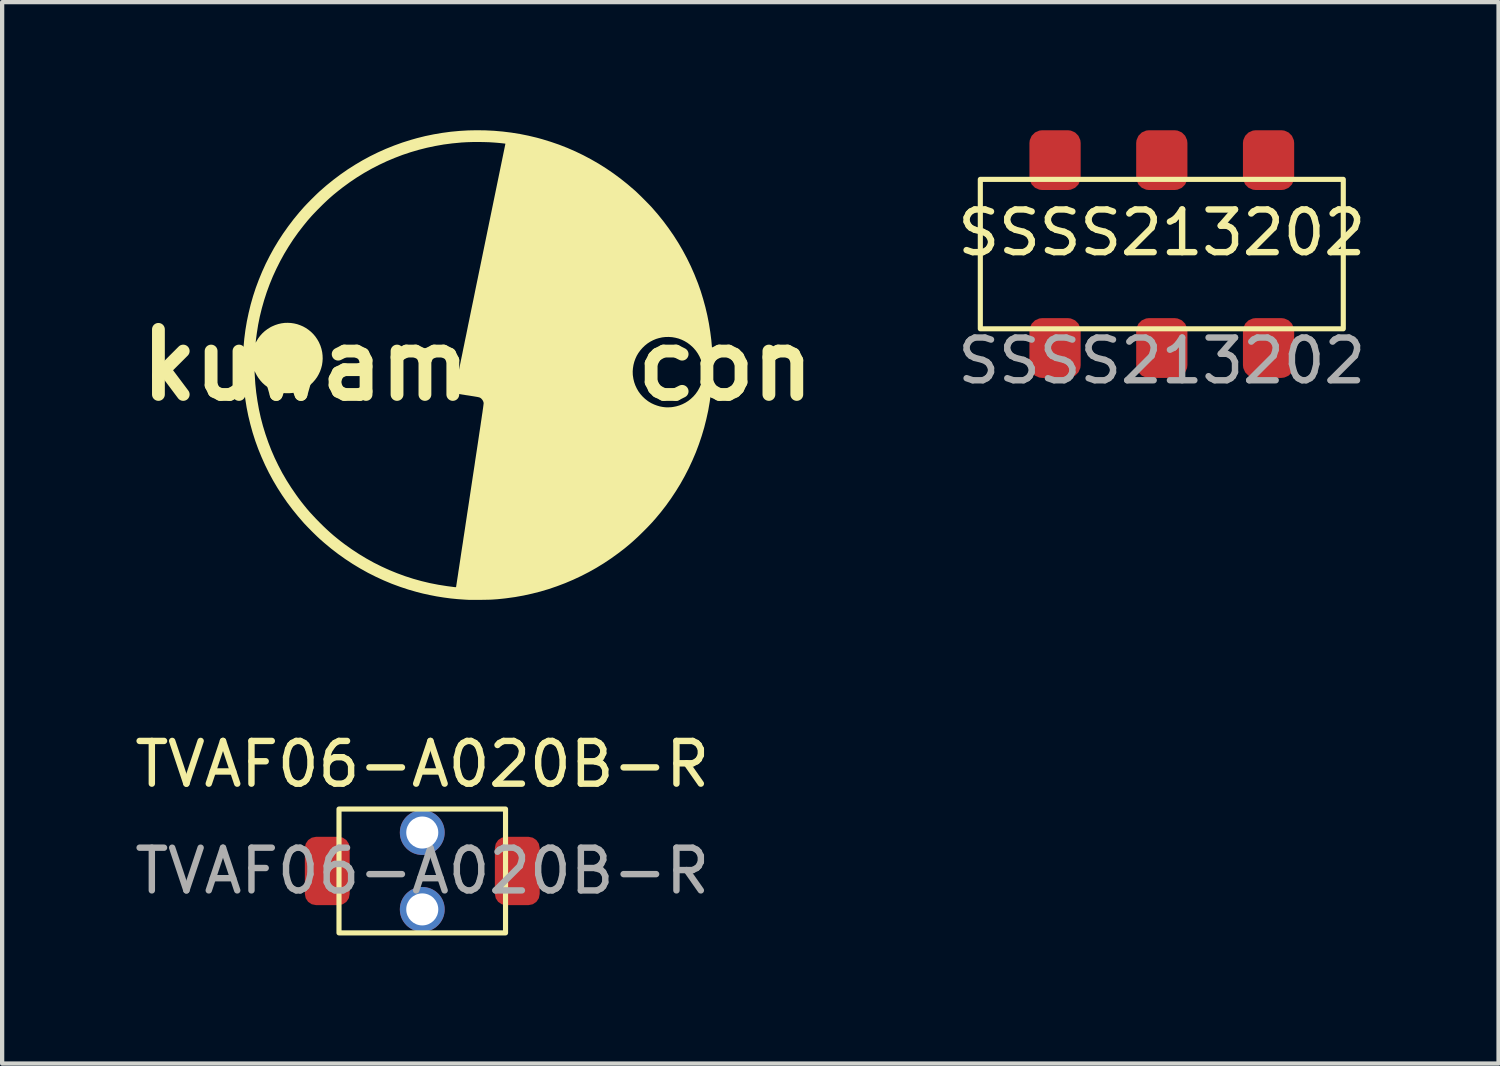
<source format=kicad_pcb>
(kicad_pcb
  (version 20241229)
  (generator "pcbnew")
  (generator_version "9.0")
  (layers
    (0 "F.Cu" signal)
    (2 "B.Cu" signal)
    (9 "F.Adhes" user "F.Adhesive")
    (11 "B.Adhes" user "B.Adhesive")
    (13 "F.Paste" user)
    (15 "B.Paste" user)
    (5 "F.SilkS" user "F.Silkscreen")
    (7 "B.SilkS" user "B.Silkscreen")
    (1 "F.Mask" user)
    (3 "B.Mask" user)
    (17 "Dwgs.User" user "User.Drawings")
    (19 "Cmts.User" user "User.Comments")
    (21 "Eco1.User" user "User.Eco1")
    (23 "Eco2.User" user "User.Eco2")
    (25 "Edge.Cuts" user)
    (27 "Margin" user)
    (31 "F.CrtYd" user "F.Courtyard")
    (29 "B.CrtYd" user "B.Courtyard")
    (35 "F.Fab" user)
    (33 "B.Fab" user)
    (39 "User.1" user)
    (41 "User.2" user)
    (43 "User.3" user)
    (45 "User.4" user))
  (footprint "TVAF06-A020B-R"
    (layer "F.Cu")
    (at 6.839 17.347)
    (property "Reference" "TVAF06-A020B-R" (at 0 -2.5 0) (unlocked yes) (layer "F.SilkS") (effects (font (size 1 1) (thickness 0.15))))
    (attr smd)
    (fp_rect (start -1.95 -1.45) (end 1.95 1.45) (stroke (width 0.12) (type solid)) (fill no) (layer "F.SilkS"))
    (fp_text user "${REFERENCE}" (at 0 0 0) (unlocked yes) (layer "F.Fab") (effects (font (size 1 1) (thickness 0.15))))
    (pad "" thru_hole circle (at 0 -0.9) (size 1.05 1.05) (drill 0.75) (layers "*.Cu" "*.Mask"))
    (pad "" thru_hole circle (at 0 0.9) (size 1.05 1.05) (drill 0.75) (layers "*.Cu" "*.Mask"))
    (pad "1" smd roundrect (at -2.225 0) (size 1.05 1.6) (layers "F.Cu" "F.Mask" "F.Paste") (roundrect_rratio 0.25))
    (pad "2" smd roundrect (at 2.225 0) (size 1.05 1.6) (layers "F.Cu" "F.Mask" "F.Paste") (roundrect_rratio 0.25)))
  (footprint "SSSS213202"
    (layer "F.Cu")
    (at 24.158 2.9)
    (property "Reference" "SSSS213202" (at 0 -0.5 0) (unlocked yes) (layer "F.SilkS") (effects (font (size 1 1) (thickness 0.15))))
    (attr smd)
    (fp_rect (start -4.25 -1.75) (end 4.25 1.75) (stroke (width 0.12) (type solid)) (fill no) (layer "F.SilkS"))
    (fp_text user "${REFERENCE}" (at 0 2.5 0) (unlocked yes) (layer "F.Fab") (effects (font (size 1 1) (thickness 0.15))))
    (pad "1" smd roundrect (at -2.5 -2.2) (size 1.2 1.4) (layers "F.Cu" "F.Mask" "F.Paste") (roundrect_rratio 0.25))
    (pad "1" smd roundrect (at -2.5 2.2) (size 1.2 1.4) (layers "F.Cu" "F.Mask" "F.Paste") (roundrect_rratio 0.25))
    (pad "2" smd roundrect (at 0 -2.2) (size 1.2 1.4) (layers "F.Cu" "F.Mask" "F.Paste") (roundrect_rratio 0.25))
    (pad "2" smd roundrect (at 0 2.2) (size 1.2 1.4) (layers "F.Cu" "F.Mask" "F.Paste") (roundrect_rratio 0.25))
    (pad "3" smd roundrect (at 2.5 -2.2) (size 1.2 1.4) (layers "F.Cu" "F.Mask" "F.Paste") (roundrect_rratio 0.25))
    (pad "3" smd roundrect (at 2.5 2.2) (size 1.2 1.4) (layers "F.Cu" "F.Mask" "F.Paste") (roundrect_rratio 0.25)))
  (footprint "kuwamai_icon"
    (layer "F.Cu")
    (at 8.135 5.498)
    (property "Reference" "kuwamai_icon" (at 0 0 0) (layer "F.SilkS") (effects (font (size 1.524 1.524) (thickness 0.3))))
    (attr board_only exclude_from_pos_files exclude_from_bom)
    (fp_poly (pts (xy 0.186 -5.495) (xy 0.389 -5.485) (xy 0.591 -5.467) (xy 0.793 -5.442) (xy 0.993 -5.41) (xy 1.191 -5.37) (xy 1.388 -5.323) (xy 1.515 -5.288) (xy 1.713 -5.227) (xy 1.908 -5.16) (xy 2.1 -5.085) (xy 2.288 -5.003) (xy 2.473 -4.914) (xy 2.654 -4.818) (xy 2.832 -4.716) (xy 3.007 -4.606) (xy 3.177 -4.49) (xy 3.345 -4.366) (xy 3.508 -4.236) (xy 3.668 -4.099) (xy 3.698 -4.073) (xy 3.716 -4.056) (xy 3.739 -4.034) (xy 3.766 -4.008) (xy 3.796 -3.979) (xy 3.828 -3.948) (xy 3.861 -3.915) (xy 3.895 -3.881) (xy 3.929 -3.847) (xy 3.961 -3.814) (xy 3.992 -3.783) (xy 4.02 -3.754) (xy 4.045 -3.728) (xy 4.065 -3.707) (xy 4.077 -3.694) (xy 4.215 -3.535) (xy 4.347 -3.372) (xy 4.471 -3.205) (xy 4.589 -3.035) (xy 4.7 -2.861) (xy 4.804 -2.683) (xy 4.901 -2.502) (xy 4.992 -2.316) (xy 5.075 -2.128) (xy 5.152 -1.935) (xy 5.161 -1.913) (xy 5.225 -1.731) (xy 5.282 -1.545) (xy 5.334 -1.356) (xy 5.379 -1.165) (xy 5.417 -0.972) (xy 5.448 -0.778) (xy 5.473 -0.584) (xy 5.484 -0.458) (xy 5.488 -0.418) (xy 5.49 -0.382) (xy 5.493 -0.349) (xy 5.495 -0.318) (xy 5.496 -0.288) (xy 5.497 -0.258) (xy 5.498 -0.227) (xy 5.499 -0.194) (xy 5.5 -0.157) (xy 5.5 -0.116) (xy 5.5 -0.069) (xy 5.5 -0.016) (xy 5.5 0.002) (xy 5.5 0.057) (xy 5.5 0.106) (xy 5.5 0.148) (xy 5.499 0.186) (xy 5.499 0.221) (xy 5.498 0.253) (xy 5.497 0.283) (xy 5.495 0.313) (xy 5.493 0.344) (xy 5.491 0.376) (xy 5.489 0.41) (xy 5.485 0.448) (xy 5.485 0.46) (xy 5.464 0.665) (xy 5.435 0.868) (xy 5.4 1.07) (xy 5.356 1.269) (xy 5.306 1.467) (xy 5.248 1.662) (xy 5.183 1.855) (xy 5.111 2.046) (xy 5.031 2.233) (xy 4.945 2.418) (xy 4.852 2.599) (xy 4.752 2.778) (xy 4.645 2.952) (xy 4.532 3.123) (xy 4.412 3.291) (xy 4.285 3.454) (xy 4.2 3.556) (xy 4.165 3.598) (xy 4.13 3.637) (xy 4.096 3.676) (xy 4.061 3.714) (xy 4.024 3.753) (xy 3.985 3.794) (xy 3.942 3.838) (xy 3.894 3.886) (xy 3.89 3.89) (xy 3.82 3.959) (xy 3.754 4.023) (xy 3.689 4.083) (xy 3.626 4.14) (xy 3.563 4.195) (xy 3.498 4.249) (xy 3.431 4.304) (xy 3.359 4.359) (xy 3.292 4.41) (xy 3.127 4.529) (xy 2.956 4.643) (xy 2.783 4.749) (xy 2.605 4.849) (xy 2.424 4.942) (xy 2.24 5.028) (xy 2.052 5.108) (xy 1.862 5.18) (xy 1.67 5.246) (xy 1.475 5.304) (xy 1.278 5.354) (xy 1.079 5.398) (xy 0.879 5.434) (xy 0.677 5.462) (xy 0.619 5.469) (xy 0.563 5.475) (xy 0.512 5.48) (xy 0.464 5.485) (xy 0.419 5.488) (xy 0.376 5.491) (xy 0.332 5.494) (xy 0.288 5.496) (xy 0.241 5.497) (xy 0.191 5.498) (xy 0.135 5.499) (xy 0.074 5.5) (xy 0.041 5.5) (xy -0.001 5.5) (xy -0.042 5.5) (xy -0.08 5.5) (xy -0.114 5.5) (xy -0.144 5.5) (xy -0.17 5.5) (xy -0.19 5.5) (xy -0.204 5.5) (xy -0.21 5.5) (xy -0.22 5.499) (xy -0.237 5.498) (xy -0.258 5.497) (xy -0.282 5.496) (xy -0.308 5.494) (xy -0.31 5.494) (xy -0.468 5.483) (xy -0.63 5.467) (xy -0.794 5.445) (xy -0.958 5.419) (xy -1.121 5.387) (xy -1.282 5.352) (xy -1.423 5.316) (xy -1.622 5.259) (xy -1.818 5.194) (xy -2.011 5.123) (xy -2.2 5.044) (xy -2.386 4.958) (xy -2.569 4.866) (xy -2.748 4.766) (xy -2.924 4.66) (xy -3.096 4.547) (xy -3.265 4.427) (xy -3.429 4.301) (xy -3.59 4.167) (xy -3.702 4.069) (xy -3.725 4.047) (xy -3.753 4.021) (xy -3.784 3.991) (xy -3.818 3.958) (xy -3.854 3.923) (xy -3.89 3.887) (xy -3.925 3.851) (xy -3.96 3.816) (xy -3.993 3.782) (xy -4.022 3.751) (xy -4.048 3.724) (xy -4.065 3.706) (xy -4.202 3.548) (xy -4.333 3.387) (xy -4.458 3.222) (xy -4.575 3.053) (xy -4.686 2.88) (xy -4.79 2.704) (xy -4.887 2.525) (xy -4.977 2.343) (xy -5.06 2.157) (xy -5.137 1.969) (xy -5.206 1.779) (xy -5.268 1.585) (xy -5.322 1.39) (xy -5.37 1.192) (xy -5.41 0.992) (xy -5.442 0.79) (xy -5.468 0.587) (xy -5.485 0.382) (xy -5.496 0.175) (xy -5.496 0.152) (xy -5.222 0.152) (xy -5.222 0.162) (xy -5.222 0.178) (xy -5.221 0.201) (xy -5.219 0.23) (xy -5.219 0.237) (xy -5.206 0.44) (xy -5.185 0.642) (xy -5.156 0.842) (xy -5.121 1.039) (xy -5.078 1.235) (xy -5.027 1.428) (xy -4.969 1.618) (xy -4.904 1.806) (xy -4.832 1.992) (xy -4.753 2.174) (xy -4.666 2.354) (xy -4.573 2.531) (xy -4.472 2.704) (xy -4.364 2.874) (xy -4.249 3.041) (xy -4.195 3.116) (xy -4.13 3.202) (xy -4.065 3.284) (xy -4 3.364) (xy -3.933 3.442) (xy -3.862 3.519) (xy -3.788 3.598) (xy -3.708 3.68) (xy -3.692 3.696) (xy -3.61 3.777) (xy -3.531 3.852) (xy -3.453 3.923) (xy -3.375 3.991) (xy -3.296 4.056) (xy -3.215 4.121) (xy -3.129 4.186) (xy -3.112 4.199) (xy -2.946 4.317) (xy -2.777 4.428) (xy -2.605 4.532) (xy -2.43 4.629) (xy -2.252 4.718) (xy -2.071 4.801) (xy -1.886 4.876) (xy -1.699 4.945) (xy -1.509 5.006) (xy -1.316 5.06) (xy -1.12 5.107) (xy -0.921 5.146) (xy -0.719 5.178) (xy -0.588 5.195) (xy -0.561 5.199) (xy -0.54 5.201) (xy -0.526 5.202) (xy -0.516 5.203) (xy -0.509 5.202) (xy -0.506 5.201) (xy -0.504 5.198) (xy -0.503 5.195) (xy -0.503 5.195) (xy -0.503 5.19) (xy -0.501 5.179) (xy -0.498 5.16) (xy -0.494 5.134) (xy -0.489 5.101) (xy -0.483 5.061) (xy -0.476 5.015) (xy -0.468 4.964) (xy -0.459 4.906) (xy -0.45 4.842) (xy -0.439 4.773) (xy -0.428 4.699) (xy -0.416 4.62) (xy -0.403 4.535) (xy -0.39 4.447) (xy -0.376 4.353) (xy -0.361 4.256) (xy -0.345 4.155) (xy -0.33 4.05) (xy -0.313 3.941) (xy -0.296 3.829) (xy -0.279 3.714) (xy -0.261 3.597) (xy -0.243 3.476) (xy -0.224 3.353) (xy -0.205 3.228) (xy -0.186 3.101) (xy -0.178 3.048) (xy -0.155 2.895) (xy -0.133 2.749) (xy -0.112 2.61) (xy -0.092 2.479) (xy -0.073 2.355) (xy -0.056 2.237) (xy -0.039 2.126) (xy -0.023 2.021) (xy -0.008 1.922) (xy 0.006 1.829) (xy 0.019 1.742) (xy 0.031 1.661) (xy 0.042 1.585) (xy 0.053 1.514) (xy 0.063 1.449) (xy 0.072 1.388) (xy 0.08 1.331) (xy 0.088 1.28) (xy 0.095 1.232) (xy 0.101 1.189) (xy 0.107 1.149) (xy 0.113 1.113) (xy 0.117 1.081) (xy 0.121 1.052) (xy 0.125 1.026) (xy 0.128 1.003) (xy 0.131 0.983) (xy 0.133 0.965) (xy 0.135 0.95) (xy 0.137 0.937) (xy 0.138 0.925) (xy 0.139 0.916) (xy 0.14 0.908) (xy 0.141 0.902) (xy 0.141 0.897) (xy 0.141 0.893) (xy 0.141 0.89) (xy 0.141 0.887) (xy 0.141 0.885) (xy 0.141 0.885) (xy 0.131 0.852) (xy 0.115 0.821) (xy 0.093 0.794) (xy 0.091 0.792) (xy 0.084 0.785) (xy 0.077 0.779) (xy 0.07 0.774) (xy 0.062 0.769) (xy 0.053 0.764) (xy 0.043 0.76) (xy 0.029 0.756) (xy 0.013 0.752) (xy -0.007 0.748) (xy -0.031 0.744) (xy -0.06 0.739) (xy -0.095 0.733) (xy -0.135 0.727) (xy -0.183 0.719) (xy -0.221 0.713) (xy -0.271 0.706) (xy -0.317 0.698) (xy -0.358 0.692) (xy -0.394 0.686) (xy -0.425 0.68) (xy -0.45 0.676) (xy -0.468 0.672) (xy -0.479 0.67) (xy -0.482 0.669) (xy -0.502 0.656) (xy -0.517 0.638) (xy -0.527 0.616) (xy -0.531 0.592) (xy -0.531 0.587) (xy -0.531 0.583) (xy -0.528 0.571) (xy -0.525 0.552) (xy -0.519 0.525) (xy -0.513 0.492) (xy -0.505 0.453) (xy -0.495 0.406) (xy -0.485 0.354) (xy -0.473 0.295) (xy -0.46 0.231) (xy -0.445 0.16) (xy -0.443 0.149) (xy 3.632 0.149) (xy 3.634 0.224) (xy 3.636 0.245) (xy 3.648 0.325) (xy 3.667 0.402) (xy 3.693 0.476) (xy 3.726 0.547) (xy 3.765 0.615) (xy 3.811 0.679) (xy 3.863 0.738) (xy 3.921 0.793) (xy 3.984 0.842) (xy 4.012 0.861) (xy 4.07 0.895) (xy 4.134 0.925) (xy 4.201 0.95) (xy 4.269 0.97) (xy 4.338 0.983) (xy 4.388 0.989) (xy 4.423 0.991) (xy 4.462 0.991) (xy 4.503 0.99) (xy 4.543 0.987) (xy 4.575 0.983) (xy 4.652 0.968) (xy 4.727 0.946) (xy 4.799 0.917) (xy 4.868 0.882) (xy 4.934 0.84) (xy 4.995 0.791) (xy 5.052 0.738) (xy 5.104 0.679) (xy 5.15 0.614) (xy 5.163 0.593) (xy 5.199 0.527) (xy 5.229 0.457) (xy 5.253 0.384) (xy 5.269 0.309) (xy 5.277 0.253) (xy 5.28 0.222) (xy 5.281 0.186) (xy 5.28 0.148) (xy 5.279 0.11) (xy 5.276 0.074) (xy 5.272 0.042) (xy 5.27 0.025) (xy 5.251 -0.055) (xy 5.226 -0.13) (xy 5.195 -0.202) (xy 5.157 -0.269) (xy 5.113 -0.333) (xy 5.061 -0.394) (xy 5.034 -0.421) (xy 4.975 -0.474) (xy 4.913 -0.52) (xy 4.846 -0.56) (xy 4.777 -0.593) (xy 4.705 -0.62) (xy 4.63 -0.639) (xy 4.555 -0.652) (xy 4.478 -0.657) (xy 4.401 -0.656) (xy 4.323 -0.647) (xy 4.246 -0.63) (xy 4.182 -0.611) (xy 4.112 -0.582) (xy 4.043 -0.546) (xy 3.978 -0.504) (xy 3.917 -0.455) (xy 3.861 -0.401) (xy 3.809 -0.341) (xy 3.764 -0.279) (xy 3.726 -0.215) (xy 3.695 -0.147) (xy 3.669 -0.075) (xy 3.65 -0.001) (xy 3.638 0.074) (xy 3.632 0.149) (xy -0.443 0.149) (xy -0.43 0.084) (xy -0.413 0.003) (xy -0.396 -0.083) (xy -0.377 -0.175) (xy -0.357 -0.271) (xy -0.337 -0.372) (xy -0.315 -0.477) (xy -0.293 -0.587) (xy -0.269 -0.7) (xy -0.245 -0.818) (xy -0.221 -0.939) (xy -0.195 -1.063) (xy -0.169 -1.191) (xy -0.142 -1.323) (xy -0.114 -1.457) (xy -0.086 -1.593) (xy -0.058 -1.733) (xy -0.029 -1.875) (xy 0.001 -2.019) (xy 0.031 -2.165) (xy 0.06 -2.305) (xy 0.651 -5.182) (xy 0.641 -5.185) (xy 0.633 -5.186) (xy 0.618 -5.188) (xy 0.598 -5.19) (xy 0.573 -5.193) (xy 0.545 -5.196) (xy 0.514 -5.199) (xy 0.482 -5.202) (xy 0.45 -5.205) (xy 0.419 -5.207) (xy 0.398 -5.209) (xy 0.273 -5.217) (xy 0.144 -5.221) (xy 0.013 -5.223) (xy -0.119 -5.222) (xy -0.249 -5.218) (xy -0.374 -5.211) (xy -0.394 -5.209) (xy -0.594 -5.19) (xy -0.793 -5.164) (xy -0.991 -5.129) (xy -1.186 -5.088) (xy -1.379 -5.039) (xy -1.57 -4.983) (xy -1.759 -4.92) (xy -1.944 -4.849) (xy -2.127 -4.772) (xy -2.307 -4.687) (xy -2.484 -4.596) (xy -2.657 -4.498) (xy -2.827 -4.393) (xy -2.993 -4.281) (xy -3.156 -4.162) (xy -3.261 -4.08) (xy -3.319 -4.033) (xy -3.373 -3.989) (xy -3.424 -3.945) (xy -3.474 -3.901) (xy -3.524 -3.855) (xy -3.575 -3.807) (xy -3.628 -3.756) (xy -3.685 -3.699) (xy -3.692 -3.692) (xy -3.749 -3.635) (xy -3.801 -3.581) (xy -3.85 -3.53) (xy -3.896 -3.48) (xy -3.94 -3.43) (xy -3.984 -3.379) (xy -4.028 -3.325) (xy -4.074 -3.268) (xy -4.08 -3.261) (xy -4.202 -3.103) (xy -4.317 -2.941) (xy -4.425 -2.775) (xy -4.528 -2.605) (xy -4.623 -2.432) (xy -4.712 -2.255) (xy -4.795 -2.075) (xy -4.87 -1.892) (xy -4.938 -1.707) (xy -4.999 -1.519) (xy -5.053 -1.329) (xy -5.1 -1.138) (xy -5.139 -0.945) (xy -5.17 -0.75) (xy -5.19 -0.599) (xy -5.192 -0.579) (xy -5.194 -0.559) (xy -5.196 -0.543) (xy -5.197 -0.533) (xy -5.197 -0.532) (xy -5.198 -0.526) (xy -5.196 -0.526) (xy -5.193 -0.531) (xy -5.186 -0.542) (xy -5.182 -0.551) (xy -5.141 -0.62) (xy -5.094 -0.683) (xy -5.041 -0.742) (xy -4.983 -0.795) (xy -4.919 -0.843) (xy -4.851 -0.885) (xy -4.814 -0.904) (xy -4.742 -0.935) (xy -4.669 -0.959) (xy -4.594 -0.976) (xy -4.519 -0.986) (xy -4.445 -0.988) (xy -4.371 -0.984) (xy -4.297 -0.973) (xy -4.225 -0.956) (xy -4.156 -0.932) (xy -4.088 -0.903) (xy -4.023 -0.867) (xy -3.961 -0.825) (xy -3.903 -0.778) (xy -3.849 -0.725) (xy -3.8 -0.667) (xy -3.756 -0.603) (xy -3.717 -0.535) (xy -3.713 -0.526) (xy -3.681 -0.453) (xy -3.657 -0.378) (xy -3.64 -0.303) (xy -3.631 -0.227) (xy -3.628 -0.15) (xy -3.633 -0.075) (xy -3.644 0.001) (xy -3.663 0.074) (xy -3.688 0.146) (xy -3.721 0.216) (xy -3.759 0.283) (xy -3.805 0.346) (xy -3.857 0.406) (xy -3.871 0.42) (xy -3.929 0.474) (xy -3.992 0.521) (xy -4.057 0.561) (xy -4.125 0.594) (xy -4.196 0.621) (xy -4.268 0.641) (xy -4.341 0.655) (xy -4.415 0.661) (xy -4.49 0.661) (xy -4.564 0.655) (xy -4.638 0.641) (xy -4.711 0.62) (xy -4.782 0.593) (xy -4.851 0.559) (xy -4.918 0.518) (xy -4.982 0.47) (xy -4.986 0.466) (xy -5.039 0.418) (xy -5.088 0.363) (xy -5.133 0.304) (xy -5.172 0.242) (xy -5.205 0.179) (xy -5.214 0.159) (xy -5.217 0.152) (xy -5.219 0.147) (xy -5.221 0.145) (xy -5.222 0.146) (xy -5.222 0.152) (xy -5.496 0.152) (xy -5.498 0.002) (xy -5.494 -0.206) (xy -5.483 -0.412) (xy -5.464 -0.617) (xy -5.438 -0.82) (xy -5.404 -1.022) (xy -5.362 -1.221) (xy -5.314 -1.419) (xy -5.258 -1.614) (xy -5.195 -1.807) (xy -5.124 -1.997) (xy -5.047 -2.184) (xy -4.963 -2.369) (xy -4.871 -2.551) (xy -4.773 -2.73) (xy -4.668 -2.905) (xy -4.556 -3.077) (xy -4.437 -3.245) (xy -4.312 -3.41) (xy -4.18 -3.571) (xy -4.065 -3.702) (xy -4.043 -3.725) (xy -4.017 -3.753) (xy -3.987 -3.784) (xy -3.954 -3.818) (xy -3.919 -3.854) (xy -3.883 -3.89) (xy -3.847 -3.925) (xy -3.812 -3.96) (xy -3.778 -3.993) (xy -3.748 -4.022) (xy -3.72 -4.048) (xy -3.702 -4.065) (xy -3.544 -4.203) (xy -3.382 -4.334) (xy -3.216 -4.459) (xy -3.047 -4.577) (xy -2.873 -4.688) (xy -2.697 -4.792) (xy -2.516 -4.89) (xy -2.333 -4.98) (xy -2.145 -5.064) (xy -1.955 -5.14) (xy -1.761 -5.21) (xy -1.564 -5.272) (xy -1.423 -5.312) (xy -1.227 -5.361) (xy -1.028 -5.402) (xy -0.828 -5.436) (xy -0.627 -5.463) (xy -0.424 -5.482) (xy -0.221 -5.494) (xy -0.018 -5.498)) (stroke (width 0) (type solid)) (fill yes) (layer "F.SilkS")))
  (gr_rect
    (start -3 -3)
    (end 32.044 21.857)
    (stroke (width 0.1) (type default))
    (fill no)
    (layer "Edge.Cuts")))
</source>
